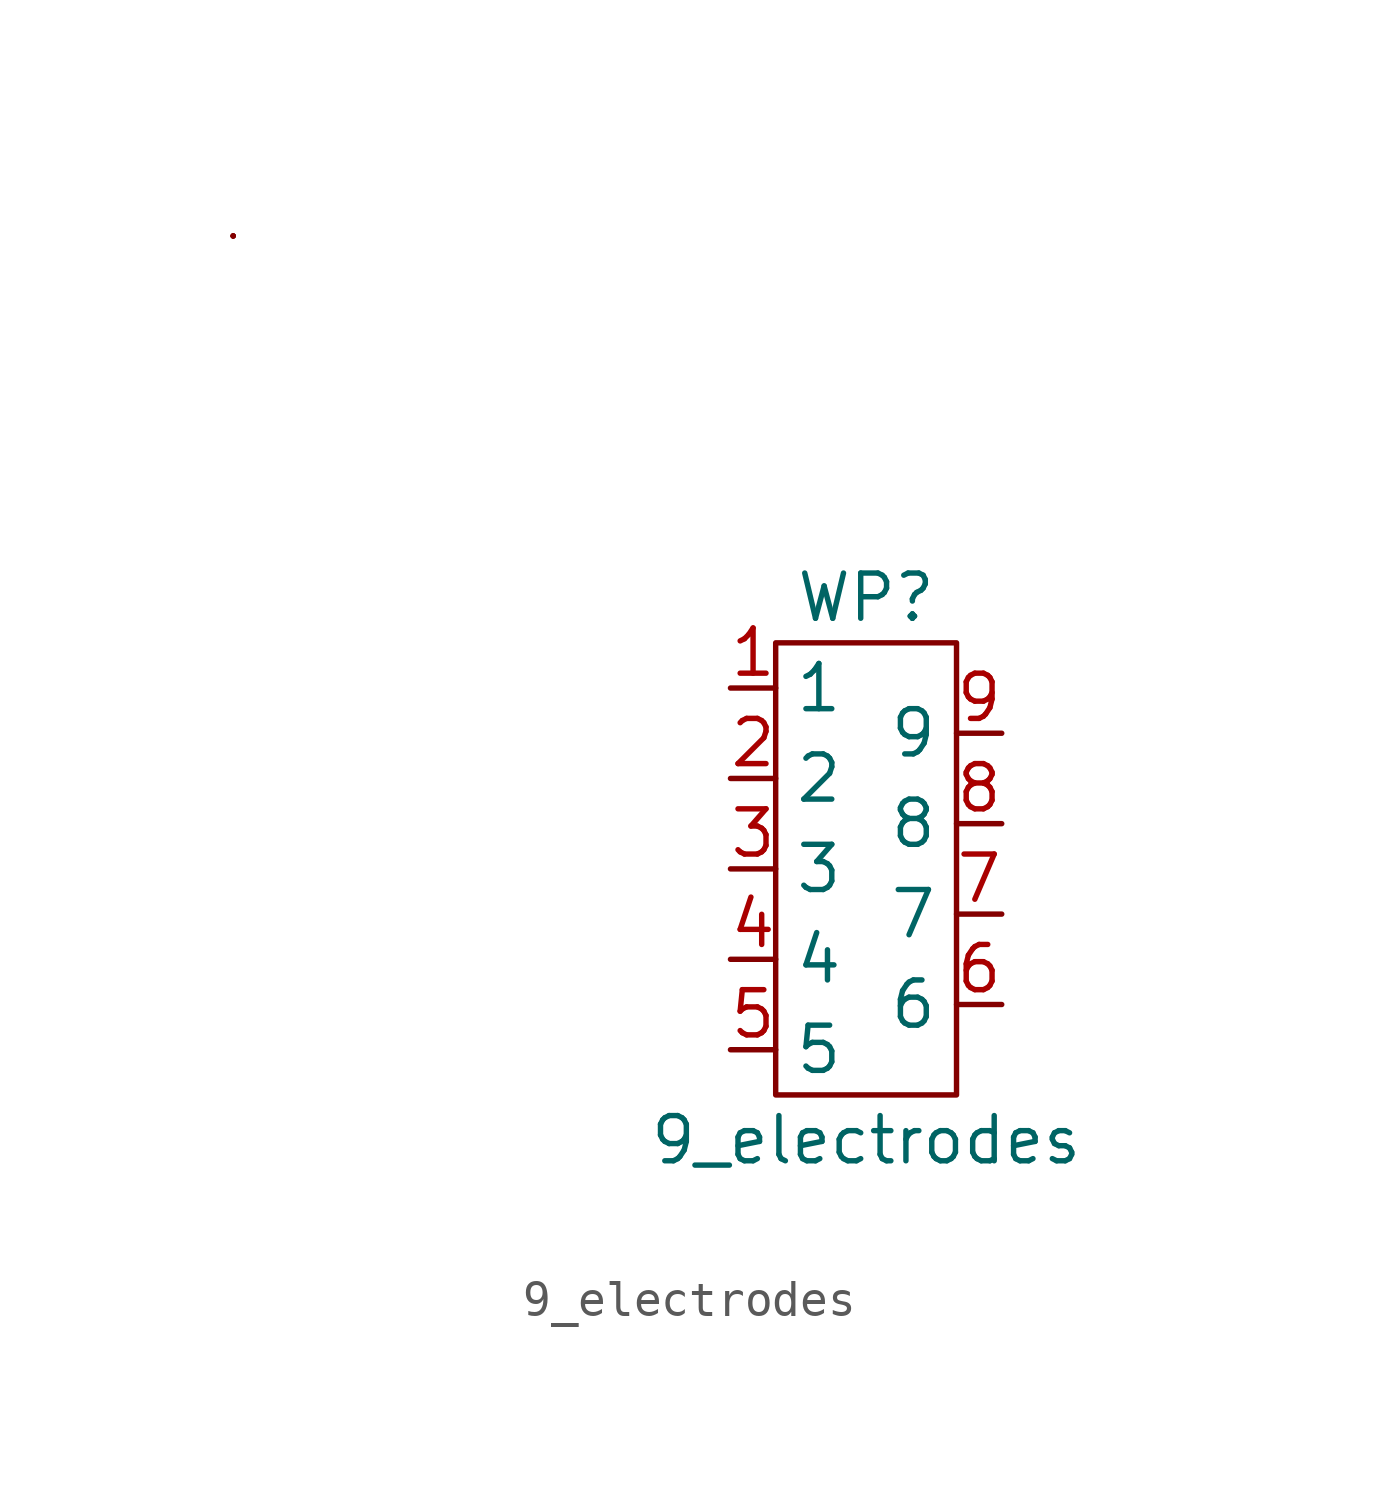
<source format=kicad_sym>
(kicad_symbol_lib
  (version 20211014)
  (generator kicad_symbol_editor)
  (symbol "9_electrodes"
    (property "Reference" "WP"
      (at 0 7.62 0)
      (effects (font (size 1.27 1.27))))
    (property "Value" "9_electrodes"
      (at 0 -7.62 0)
      (effects (font (size 1.27 1.27))))
    (symbol "9_electrodes_0_0"
      (text "" (at 7.62 0 0) (effects (font (size 1.27 1.27)))))
    (symbol "9_electrodes_0_1"
      (rectangle (start -17.78 17.78) (end -17.78 17.78) (stroke (width 0) (type default) (color 0 0 0 0)) (fill (type none)))
      (rectangle (start -17.78 17.78) (end -17.78 17.78) (stroke (width 0) (type default) (color 0 0 0 0)) (fill (type none)))
      (rectangle (start -17.78 17.78) (end -17.78 17.78) (stroke (width 0) (type default) (color 0 0 0 0)) (fill (type none)))
      (rectangle (start -2.54 6.35) (end 2.54 -6.35) (stroke (width 0) (type default) (color 0 0 0 0)) (fill (type none)))
      (polyline (pts (xy -17.78 17.78) (xy -17.78 17.78)) (stroke (width 0) (type default) (color 0 0 0 0)) (fill (type none))))
    (symbol "9_electrodes_1_1"
      (pin input line (at -3.81 5.08 0) (length 1.27) (name "1" (effects (font (size 1.27 1.27)))) (number "1" (effects (font (size 1.27 1.27)))))
      (pin input line (at -3.81 2.54 0) (length 1.27) (name "2" (effects (font (size 1.27 1.27)))) (number "2" (effects (font (size 1.27 1.27)))))
      (pin input line (at -3.81 0 0) (length 1.27) (name "3" (effects (font (size 1.27 1.27)))) (number "3" (effects (font (size 1.27 1.27)))))
      (pin input line (at -3.81 -2.54 0) (length 1.27) (name "4" (effects (font (size 1.27 1.27)))) (number "4" (effects (font (size 1.27 1.27)))))
      (pin input line (at -3.81 -5.08 0) (length 1.27) (name "5" (effects (font (size 1.27 1.27)))) (number "5" (effects (font (size 1.27 1.27)))))
      (pin input line (at 3.81 -3.81 180) (length 1.27) (name "6" (effects (font (size 1.27 1.27)))) (number "6" (effects (font (size 1.27 1.27)))))
      (pin input line (at 3.81 -1.27 180) (length 1.27) (name "7" (effects (font (size 1.27 1.27)))) (number "7" (effects (font (size 1.27 1.27)))))
      (pin input line (at 3.81 1.27 180) (length 1.27) (name "8" (effects (font (size 1.27 1.27)))) (number "8" (effects (font (size 1.27 1.27)))))
      (pin input line (at 3.81 3.81 180) (length 1.27) (name "9" (effects (font (size 1.27 1.27)))) (number "9" (effects (font (size 1.27 1.27))))))))
</source>
